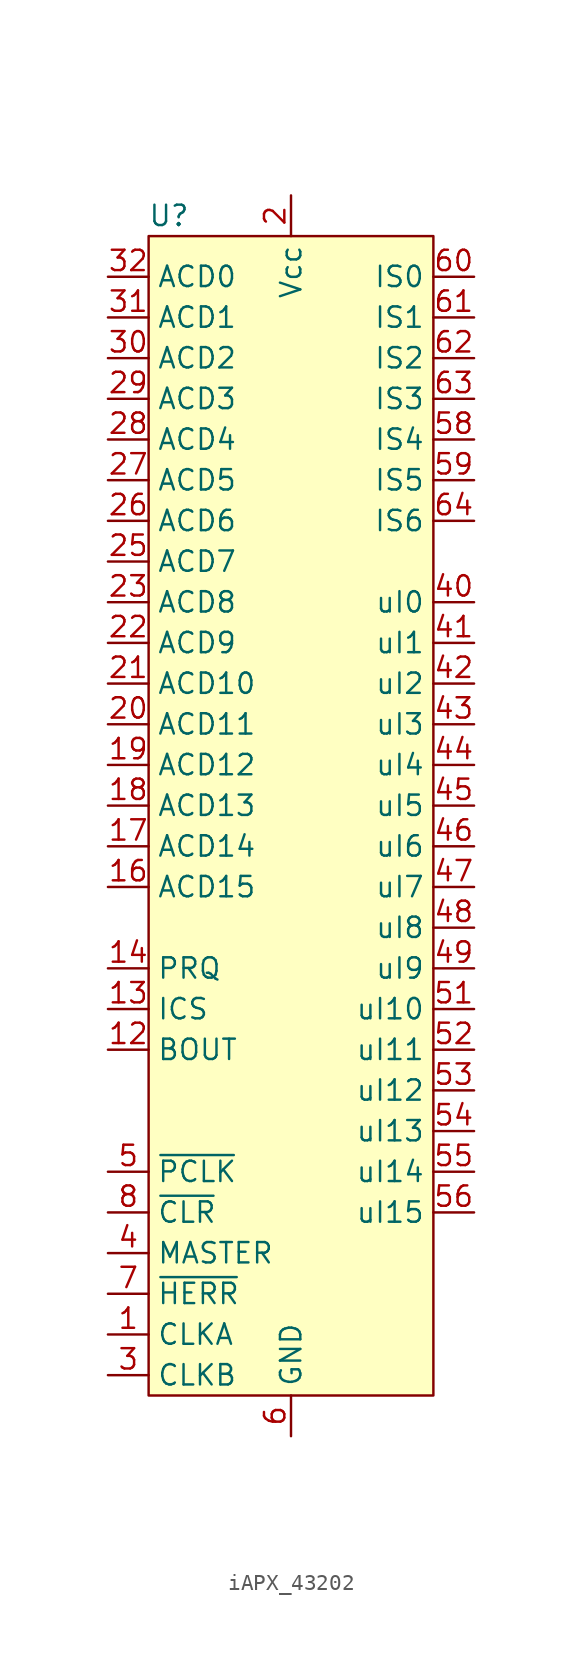
<source format=kicad_sym>
(kicad_symbol_lib
  (version 20241209)
  (generator "kicad_symbol_editor")
  (generator_version "9.0")
  (symbol "iAPX_43202"
    (property "Reference" "U"
      (at -7.62 15.24 0)
      (effects (font (size 1.27 1.27))))
    (property "Value" ""
      (at 0 0 0)
      (effects (font (size 1.27 1.27))))
    (symbol "iAPX_43202_1_1"
      (rectangle (start -8.89 13.97) (end 8.89 -58.42) (stroke (width 0) (type solid)) (fill (type color) (color 255 255 194 1)))
      (pin bidirectional line (at -11.43 11.43 0) (length 2.54) (name "ACD0" (effects (font (size 1.27 1.27)))) (number "32" (effects (font (size 1.27 1.27)))))
      (pin bidirectional line (at -11.43 8.89 0) (length 2.54) (name "ACD1" (effects (font (size 1.27 1.27)))) (number "31" (effects (font (size 1.27 1.27)))))
      (pin bidirectional line (at -11.43 6.35 0) (length 2.54) (name "ACD2" (effects (font (size 1.27 1.27)))) (number "30" (effects (font (size 1.27 1.27)))))
      (pin bidirectional line (at -11.43 3.81 0) (length 2.54) (name "ACD3" (effects (font (size 1.27 1.27)))) (number "29" (effects (font (size 1.27 1.27)))))
      (pin bidirectional line (at -11.43 1.27 0) (length 2.54) (name "ACD4" (effects (font (size 1.27 1.27)))) (number "28" (effects (font (size 1.27 1.27)))))
      (pin bidirectional line (at -11.43 -1.27 0) (length 2.54) (name "ACD5" (effects (font (size 1.27 1.27)))) (number "27" (effects (font (size 1.27 1.27)))))
      (pin bidirectional line (at -11.43 -3.81 0) (length 2.54) (name "ACD6" (effects (font (size 1.27 1.27)))) (number "26" (effects (font (size 1.27 1.27)))))
      (pin bidirectional line (at -11.43 -6.35 0) (length 2.54) (name "ACD7" (effects (font (size 1.27 1.27)))) (number "25" (effects (font (size 1.27 1.27)))))
      (pin bidirectional line (at -11.43 -8.89 0) (length 2.54) (name "ACD8" (effects (font (size 1.27 1.27)))) (number "23" (effects (font (size 1.27 1.27)))))
      (pin bidirectional line (at -11.43 -11.43 0) (length 2.54) (name "ACD9" (effects (font (size 1.27 1.27)))) (number "22" (effects (font (size 1.27 1.27)))))
      (pin bidirectional line (at -11.43 -13.97 0) (length 2.54) (name "ACD10" (effects (font (size 1.27 1.27)))) (number "21" (effects (font (size 1.27 1.27)))))
      (pin bidirectional line (at -11.43 -16.51 0) (length 2.54) (name "ACD11" (effects (font (size 1.27 1.27)))) (number "20" (effects (font (size 1.27 1.27)))))
      (pin bidirectional line (at -11.43 -19.05 0) (length 2.54) (name "ACD12" (effects (font (size 1.27 1.27)))) (number "19" (effects (font (size 1.27 1.27)))))
      (pin bidirectional line (at -11.43 -21.59 0) (length 2.54) (name "ACD13" (effects (font (size 1.27 1.27)))) (number "18" (effects (font (size 1.27 1.27)))))
      (pin bidirectional line (at -11.43 -24.13 0) (length 2.54) (name "ACD14" (effects (font (size 1.27 1.27)))) (number "17" (effects (font (size 1.27 1.27)))))
      (pin bidirectional line (at -11.43 -26.67 0) (length 2.54) (name "ACD15" (effects (font (size 1.27 1.27)))) (number "16" (effects (font (size 1.27 1.27)))))
      (pin output line (at -11.43 -31.75 0) (length 2.54) (name "PRQ" (effects (font (size 1.27 1.27)))) (number "14" (effects (font (size 1.27 1.27)))))
      (pin input line (at -11.43 -34.29 0) (length 2.54) (name "ICS" (effects (font (size 1.27 1.27)))) (number "13" (effects (font (size 1.27 1.27)))))
      (pin output line (at -11.43 -36.83 0) (length 2.54) (name "BOUT" (effects (font (size 1.27 1.27)))) (number "12" (effects (font (size 1.27 1.27)))))
      (pin output line (at -11.43 -44.45 0) (length 2.54) (name "~{PCLK}" (effects (font (size 1.27 1.27)))) (number "5" (effects (font (size 1.27 1.27)))))
      (pin input line (at -11.43 -46.99 0) (length 2.54) (name "~{CLR}" (effects (font (size 1.27 1.27)))) (number "8" (effects (font (size 1.27 1.27)))))
      (pin input line (at -11.43 -49.53 0) (length 2.54) (name "MASTER" (effects (font (size 1.27 1.27)))) (number "4" (effects (font (size 1.27 1.27)))))
      (pin output line (at -11.43 -52.07 0) (length 2.54) (name "~{HERR}" (effects (font (size 1.27 1.27)))) (number "7" (effects (font (size 1.27 1.27)))))
      (pin input line (at -11.43 -54.61 0) (length 2.54) (name "CLKA" (effects (font (size 1.27 1.27)))) (number "1" (effects (font (size 1.27 1.27)))))
      (pin input line (at -11.43 -57.15 0) (length 2.54) (name "CLKB" (effects (font (size 1.27 1.27)))) (number "3" (effects (font (size 1.27 1.27)))))
      (pin input line (at 0 16.51 270) (length 2.54) (hide yes) (name "Vcc" (effects (font (size 1.27 1.27)))) (number "15" (effects (font (size 1.27 1.27)))))
      (pin input line (at 0 16.51 270) (length 2.54) (name "Vcc" (effects (font (size 1.27 1.27)))) (number "2" (effects (font (size 1.27 1.27)))))
      (pin input line (at 0 16.51 270) (length 2.54) (hide yes) (name "Vcc" (effects (font (size 1.27 1.27)))) (number "38" (effects (font (size 1.27 1.27)))))
      (pin input line (at 0 16.51 270) (length 2.54) (hide yes) (name "Vcc" (effects (font (size 1.27 1.27)))) (number "50" (effects (font (size 1.27 1.27)))))
      (pin input line (at 0 -60.96 90) (length 2.54) (hide yes) (name "GND" (effects (font (size 1.27 1.27)))) (number "24" (effects (font (size 1.27 1.27)))))
      (pin input line (at 0 -60.96 90) (length 2.54) (hide yes) (name "GND" (effects (font (size 1.27 1.27)))) (number "35" (effects (font (size 1.27 1.27)))))
      (pin input line (at 0 -60.96 90) (length 2.54) (hide yes) (name "GND" (effects (font (size 1.27 1.27)))) (number "39" (effects (font (size 1.27 1.27)))))
      (pin input line (at 0 -60.96 90) (length 2.54) (hide yes) (name "GND" (effects (font (size 1.27 1.27)))) (number "57" (effects (font (size 1.27 1.27)))))
      (pin input line (at 0 -60.96 90) (length 2.54) (name "GND" (effects (font (size 1.27 1.27)))) (number "6" (effects (font (size 1.27 1.27)))))
      (pin output line (at 11.43 11.43 180) (length 2.54) (name "IS0" (effects (font (size 1.27 1.27)))) (number "60" (effects (font (size 1.27 1.27)))))
      (pin output line (at 11.43 8.89 180) (length 2.54) (name "IS1" (effects (font (size 1.27 1.27)))) (number "61" (effects (font (size 1.27 1.27)))))
      (pin output line (at 11.43 6.35 180) (length 2.54) (name "IS2" (effects (font (size 1.27 1.27)))) (number "62" (effects (font (size 1.27 1.27)))))
      (pin output line (at 11.43 3.81 180) (length 2.54) (name "IS3" (effects (font (size 1.27 1.27)))) (number "63" (effects (font (size 1.27 1.27)))))
      (pin output line (at 11.43 1.27 180) (length 2.54) (name "IS4" (effects (font (size 1.27 1.27)))) (number "58" (effects (font (size 1.27 1.27)))))
      (pin output line (at 11.43 -1.27 180) (length 2.54) (name "IS5" (effects (font (size 1.27 1.27)))) (number "59" (effects (font (size 1.27 1.27)))))
      (pin output line (at 11.43 -3.81 180) (length 2.54) (name "IS6" (effects (font (size 1.27 1.27)))) (number "64" (effects (font (size 1.27 1.27)))))
      (pin input line (at 11.43 -8.89 180) (length 2.54) (name "uI0" (effects (font (size 1.27 1.27)))) (number "40" (effects (font (size 1.27 1.27)))))
      (pin input line (at 11.43 -11.43 180) (length 2.54) (name "uI1" (effects (font (size 1.27 1.27)))) (number "41" (effects (font (size 1.27 1.27)))))
      (pin input line (at 11.43 -13.97 180) (length 2.54) (name "uI2" (effects (font (size 1.27 1.27)))) (number "42" (effects (font (size 1.27 1.27)))))
      (pin input line (at 11.43 -16.51 180) (length 2.54) (name "uI3" (effects (font (size 1.27 1.27)))) (number "43" (effects (font (size 1.27 1.27)))))
      (pin input line (at 11.43 -19.05 180) (length 2.54) (name "uI4" (effects (font (size 1.27 1.27)))) (number "44" (effects (font (size 1.27 1.27)))))
      (pin input line (at 11.43 -21.59 180) (length 2.54) (name "uI5" (effects (font (size 1.27 1.27)))) (number "45" (effects (font (size 1.27 1.27)))))
      (pin input line (at 11.43 -24.13 180) (length 2.54) (name "uI6" (effects (font (size 1.27 1.27)))) (number "46" (effects (font (size 1.27 1.27)))))
      (pin input line (at 11.43 -26.67 180) (length 2.54) (name "uI7" (effects (font (size 1.27 1.27)))) (number "47" (effects (font (size 1.27 1.27)))))
      (pin input line (at 11.43 -29.21 180) (length 2.54) (name "uI8" (effects (font (size 1.27 1.27)))) (number "48" (effects (font (size 1.27 1.27)))))
      (pin input line (at 11.43 -31.75 180) (length 2.54) (name "uI9" (effects (font (size 1.27 1.27)))) (number "49" (effects (font (size 1.27 1.27)))))
      (pin input line (at 11.43 -34.29 180) (length 2.54) (name "uI10" (effects (font (size 1.27 1.27)))) (number "51" (effects (font (size 1.27 1.27)))))
      (pin input line (at 11.43 -36.83 180) (length 2.54) (name "uI11" (effects (font (size 1.27 1.27)))) (number "52" (effects (font (size 1.27 1.27)))))
      (pin input line (at 11.43 -39.37 180) (length 2.54) (name "uI12" (effects (font (size 1.27 1.27)))) (number "53" (effects (font (size 1.27 1.27)))))
      (pin input line (at 11.43 -41.91 180) (length 2.54) (name "uI13" (effects (font (size 1.27 1.27)))) (number "54" (effects (font (size 1.27 1.27)))))
      (pin input line (at 11.43 -44.45 180) (length 2.54) (name "uI14" (effects (font (size 1.27 1.27)))) (number "55" (effects (font (size 1.27 1.27)))))
      (pin input line (at 11.43 -46.99 180) (length 2.54) (name "uI15" (effects (font (size 1.27 1.27)))) (number "56" (effects (font (size 1.27 1.27))))))))
</source>
